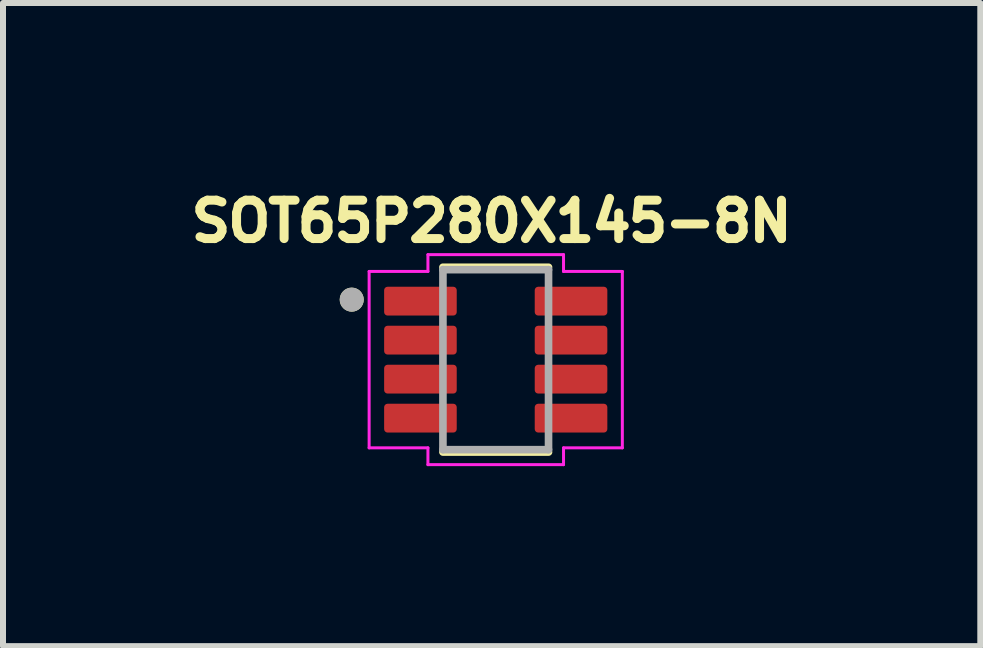
<source format=kicad_pcb>
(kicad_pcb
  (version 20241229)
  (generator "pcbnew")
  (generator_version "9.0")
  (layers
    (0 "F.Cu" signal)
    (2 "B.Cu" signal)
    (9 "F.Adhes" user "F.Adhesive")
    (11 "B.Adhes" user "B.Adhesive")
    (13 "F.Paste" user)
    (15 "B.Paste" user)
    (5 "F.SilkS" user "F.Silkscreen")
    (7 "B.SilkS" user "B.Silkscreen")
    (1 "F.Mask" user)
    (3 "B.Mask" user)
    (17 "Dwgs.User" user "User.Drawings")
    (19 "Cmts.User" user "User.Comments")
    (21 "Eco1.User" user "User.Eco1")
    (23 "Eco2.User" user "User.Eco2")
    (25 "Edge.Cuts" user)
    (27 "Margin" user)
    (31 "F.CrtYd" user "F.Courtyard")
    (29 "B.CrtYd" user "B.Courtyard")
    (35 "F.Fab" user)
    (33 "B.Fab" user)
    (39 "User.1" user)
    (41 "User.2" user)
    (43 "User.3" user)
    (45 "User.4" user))
  (footprint "SOT65P280X145-8N"
    (layer "F.Cu")
    (at 5.212 2.944)
    (property "Reference" "SOT65P280X145-8N" (at -0.068 -2.306 0) (layer "F.SilkS") (effects (font (size 0.64 0.64) (thickness 0.15))))
    (attr through_hole)
    (fp_line (start -0.88 -1.54) (end 0.88 -1.54) (stroke (width 0.127) (type solid)) (layer "F.SilkS"))
    (fp_line (start -0.88 1.54) (end 0.88 1.54) (stroke (width 0.127) (type solid)) (layer "F.SilkS"))
    (fp_circle (center -2.4 -1) (end -2.3 -1) (stroke (width 0.2) (type solid)) (fill no) (layer "F.SilkS"))
    (fp_line (start -2.11 -1.47) (end -2.11 1.47) (stroke (width 0.05) (type solid)) (layer "F.CrtYd"))
    (fp_line (start -2.11 -1.47) (end -1.13 -1.47) (stroke (width 0.05) (type solid)) (layer "F.CrtYd"))
    (fp_line (start -1.13 -1.75) (end 1.13 -1.75) (stroke (width 0.05) (type solid)) (layer "F.CrtYd"))
    (fp_line (start -1.13 -1.47) (end -1.13 -1.75) (stroke (width 0.05) (type solid)) (layer "F.CrtYd"))
    (fp_line (start -1.13 1.47) (end -2.11 1.47) (stroke (width 0.05) (type solid)) (layer "F.CrtYd"))
    (fp_line (start -1.13 1.75) (end -1.13 1.47) (stroke (width 0.05) (type solid)) (layer "F.CrtYd"))
    (fp_line (start 1.13 -1.75) (end 1.13 -1.47) (stroke (width 0.05) (type solid)) (layer "F.CrtYd"))
    (fp_line (start 1.13 -1.47) (end 2.11 -1.47) (stroke (width 0.05) (type solid)) (layer "F.CrtYd"))
    (fp_line (start 1.13 1.47) (end 1.13 1.75) (stroke (width 0.05) (type solid)) (layer "F.CrtYd"))
    (fp_line (start 1.13 1.75) (end -1.13 1.75) (stroke (width 0.05) (type solid)) (layer "F.CrtYd"))
    (fp_line (start 2.11 1.47) (end 1.13 1.47) (stroke (width 0.05) (type solid)) (layer "F.CrtYd"))
    (fp_line (start 2.11 1.47) (end 2.11 -1.47) (stroke (width 0.05) (type solid)) (layer "F.CrtYd"))
    (fp_line (start -0.88 -1.5) (end 0.88 -1.5) (stroke (width 0.127) (type solid)) (layer "F.Fab"))
    (fp_line (start -0.88 1.5) (end -0.88 -1.5) (stroke (width 0.127) (type solid)) (layer "F.Fab"))
    (fp_line (start 0.88 -1.5) (end 0.88 1.5) (stroke (width 0.127) (type solid)) (layer "F.Fab"))
    (fp_line (start 0.88 1.5) (end -0.88 1.5) (stroke (width 0.127) (type solid)) (layer "F.Fab"))
    (fp_circle (center -2.4 -1) (end -2.3 -1) (stroke (width 0.2) (type solid)) (fill no) (layer "F.Fab"))
    (pad "1" smd roundrect (at -1.255 -0.975) (size 1.21 0.48) (layers "F.Cu" "F.Mask" "F.Paste") (roundrect_rratio 0.12))
    (pad "2" smd roundrect (at -1.255 -0.325) (size 1.21 0.48) (layers "F.Cu" "F.Mask" "F.Paste") (roundrect_rratio 0.12))
    (pad "3" smd roundrect (at -1.255 0.325) (size 1.21 0.48) (layers "F.Cu" "F.Mask" "F.Paste") (roundrect_rratio 0.12))
    (pad "4" smd roundrect (at -1.255 0.975) (size 1.21 0.48) (layers "F.Cu" "F.Mask" "F.Paste") (roundrect_rratio 0.12))
    (pad "5" smd roundrect (at 1.255 0.975 180) (size 1.21 0.48) (layers "F.Cu" "F.Mask" "F.Paste") (roundrect_rratio 0.12))
    (pad "6" smd roundrect (at 1.255 0.325 180) (size 1.21 0.48) (layers "F.Cu" "F.Mask" "F.Paste") (roundrect_rratio 0.12))
    (pad "7" smd roundrect (at 1.255 -0.325 180) (size 1.21 0.48) (layers "F.Cu" "F.Mask" "F.Paste") (roundrect_rratio 0.12))
    (pad "8" smd roundrect (at 1.255 -0.975 180) (size 1.21 0.48) (layers "F.Cu" "F.Mask" "F.Paste") (roundrect_rratio 0.12)))
  (gr_rect
    (start -3 -3)
    (end 13.288 7.719)
    (stroke (width 0.1) (type default))
    (fill no)
    (layer "Edge.Cuts")))
</source>
